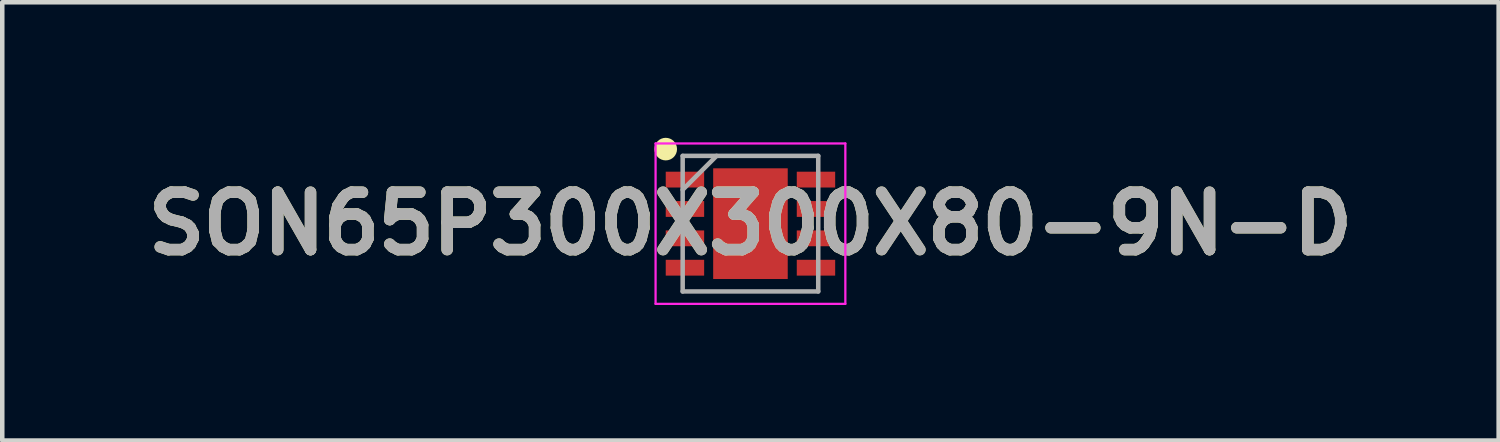
<source format=kicad_pcb>
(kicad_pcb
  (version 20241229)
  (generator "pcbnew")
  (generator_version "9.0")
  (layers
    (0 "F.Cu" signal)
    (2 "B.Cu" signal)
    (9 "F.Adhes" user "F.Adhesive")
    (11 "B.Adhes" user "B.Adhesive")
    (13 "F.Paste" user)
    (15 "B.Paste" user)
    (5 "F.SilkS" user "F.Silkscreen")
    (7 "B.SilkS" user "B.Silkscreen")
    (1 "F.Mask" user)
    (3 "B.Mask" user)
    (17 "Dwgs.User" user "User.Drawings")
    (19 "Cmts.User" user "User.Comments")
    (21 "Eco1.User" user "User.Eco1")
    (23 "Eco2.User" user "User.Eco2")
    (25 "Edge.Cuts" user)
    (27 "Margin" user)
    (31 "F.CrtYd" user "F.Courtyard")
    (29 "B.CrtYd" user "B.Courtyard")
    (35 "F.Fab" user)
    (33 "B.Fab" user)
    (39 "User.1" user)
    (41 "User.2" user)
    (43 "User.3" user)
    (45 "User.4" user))
  (footprint "SON65P300X300X80-9N-D"
    (layer "F.Cu")
    (at 13.559 1.9)
    (property "Reference" "SON65P300X300X80-9N-D" (at 0 0 0) (layer "F.SilkS") (effects (font (size 1.27 1.27) (thickness 0.254))))
    (attr smd)
    (fp_circle (center -1.875 -1.65) (end -1.875 -1.525) (stroke (width 0.25) (type solid)) (fill no) (layer "F.SilkS"))
    (fp_line (start -2.1 -1.775) (end 2.1 -1.775) (stroke (width 0.05) (type solid)) (layer "F.CrtYd"))
    (fp_line (start -2.1 1.775) (end -2.1 -1.775) (stroke (width 0.05) (type solid)) (layer "F.CrtYd"))
    (fp_line (start 2.1 -1.775) (end 2.1 1.775) (stroke (width 0.05) (type solid)) (layer "F.CrtYd"))
    (fp_line (start 2.1 1.775) (end -2.1 1.775) (stroke (width 0.05) (type solid)) (layer "F.CrtYd"))
    (fp_line (start -1.5 -1.5) (end 1.5 -1.5) (stroke (width 0.1) (type solid)) (layer "F.Fab"))
    (fp_line (start -1.5 -0.75) (end -0.75 -1.5) (stroke (width 0.1) (type solid)) (layer "F.Fab"))
    (fp_line (start -1.5 1.5) (end -1.5 -1.5) (stroke (width 0.1) (type solid)) (layer "F.Fab"))
    (fp_line (start 1.5 -1.5) (end 1.5 1.5) (stroke (width 0.1) (type solid)) (layer "F.Fab"))
    (fp_line (start 1.5 1.5) (end -1.5 1.5) (stroke (width 0.1) (type solid)) (layer "F.Fab"))
    (fp_text user "${REFERENCE}" (at 0 0 0) (layer "F.Fab") (effects (font (size 1.27 1.27) (thickness 0.254))))
    (pad "1" smd rect (at -1.45 -0.975 90) (size 0.35 0.85) (layers "F.Cu" "F.Mask" "F.Paste"))
    (pad "2" smd rect (at -1.45 -0.325 90) (size 0.35 0.85) (layers "F.Cu" "F.Mask" "F.Paste"))
    (pad "3" smd rect (at -1.45 0.325 90) (size 0.35 0.85) (layers "F.Cu" "F.Mask" "F.Paste"))
    (pad "4" smd rect (at -1.45 0.975 90) (size 0.35 0.85) (layers "F.Cu" "F.Mask" "F.Paste"))
    (pad "5" smd rect (at 1.45 0.975 90) (size 0.35 0.85) (layers "F.Cu" "F.Mask" "F.Paste"))
    (pad "6" smd rect (at 1.45 0.325 90) (size 0.35 0.85) (layers "F.Cu" "F.Mask" "F.Paste"))
    (pad "7" smd rect (at 1.45 -0.325 90) (size 0.35 0.85) (layers "F.Cu" "F.Mask" "F.Paste"))
    (pad "8" smd rect (at 1.45 -0.975 90) (size 0.35 0.85) (layers "F.Cu" "F.Mask" "F.Paste"))
    (pad "9" smd rect (at 0 0) (size 1.65 2.45) (layers "F.Cu" "F.Mask" "F.Paste")))
  (gr_rect
    (start -3 -3)
    (end 30.118 6.7)
    (stroke (width 0.1) (type default))
    (fill no)
    (layer "Edge.Cuts")))
</source>
